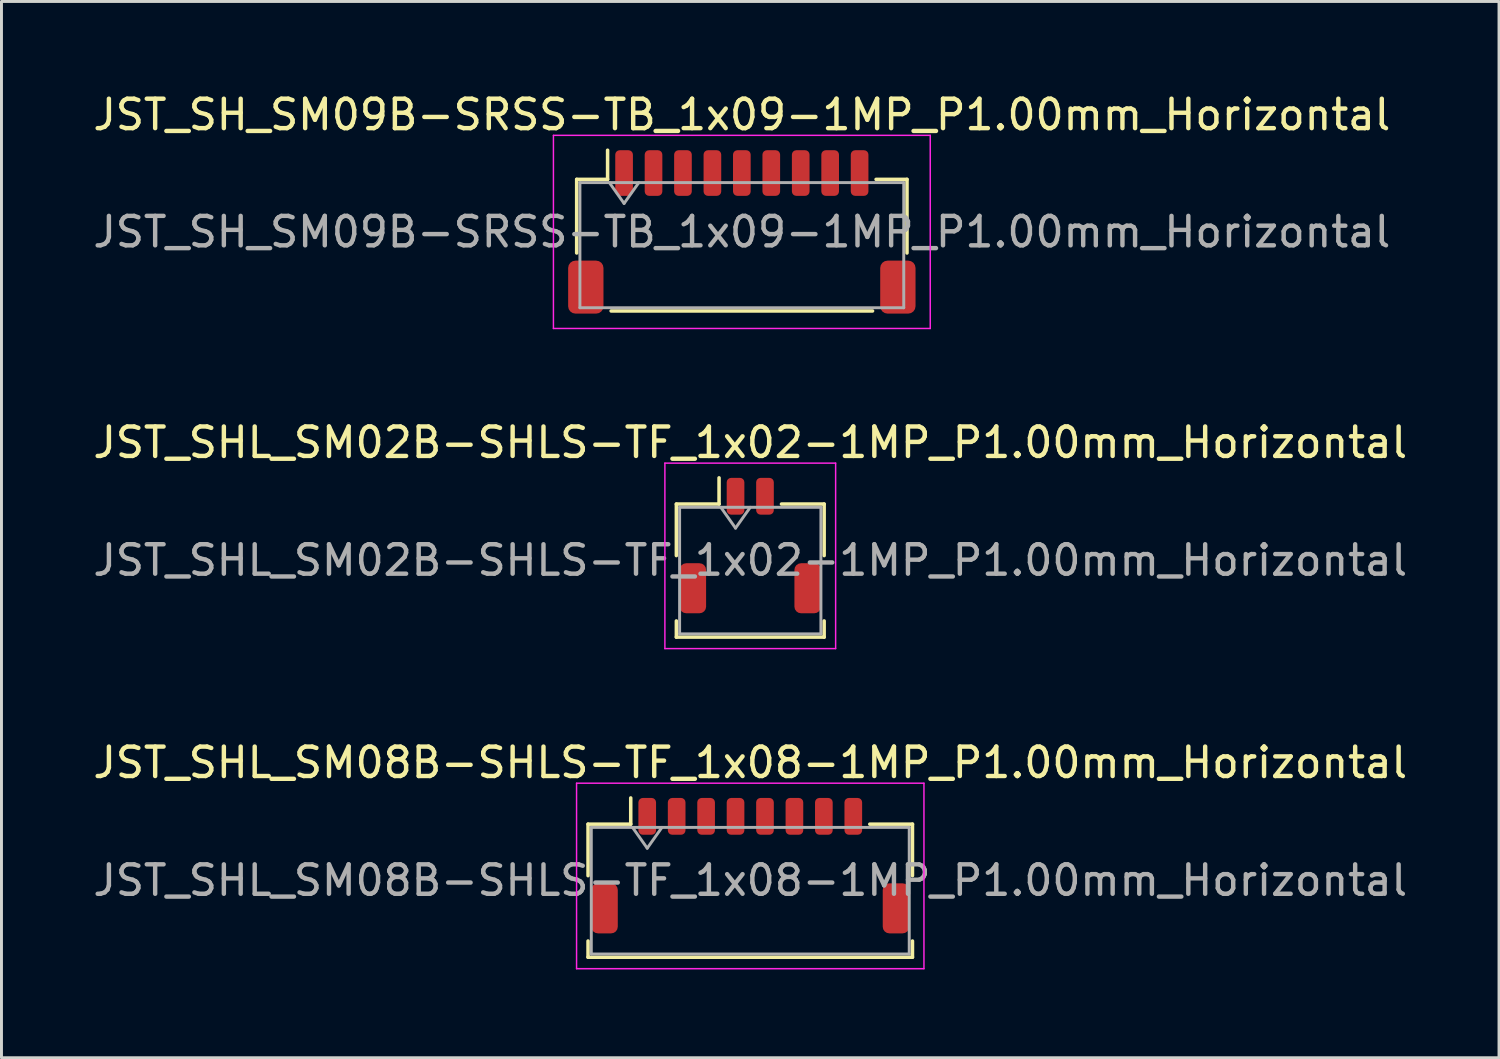
<source format=kicad_pcb>
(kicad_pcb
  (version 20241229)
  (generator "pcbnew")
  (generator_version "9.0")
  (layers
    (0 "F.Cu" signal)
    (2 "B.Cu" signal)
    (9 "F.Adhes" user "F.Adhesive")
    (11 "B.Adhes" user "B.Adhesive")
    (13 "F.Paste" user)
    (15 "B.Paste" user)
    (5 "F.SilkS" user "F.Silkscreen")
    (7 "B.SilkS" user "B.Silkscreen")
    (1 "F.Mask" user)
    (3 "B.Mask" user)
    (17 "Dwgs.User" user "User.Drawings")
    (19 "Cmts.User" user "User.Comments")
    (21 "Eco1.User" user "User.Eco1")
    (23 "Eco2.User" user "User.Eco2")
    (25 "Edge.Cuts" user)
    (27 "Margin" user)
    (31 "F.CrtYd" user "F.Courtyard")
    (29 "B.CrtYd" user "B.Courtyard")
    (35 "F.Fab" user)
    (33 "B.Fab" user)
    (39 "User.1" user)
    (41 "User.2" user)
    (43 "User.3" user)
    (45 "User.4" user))
  (footprint "JST_SHL_SM02B-SHLS-TF_1x02-1MP_P1.00mm_Horizontal"
    (layer "F.Cu")
    (at 22.435 15.482)
    (property "Reference" "JST_SHL_SM02B-SHLS-TF_1x02-1MP_P1.00mm_Horizontal" (at 0 -3.5 0) (layer "F.SilkS") (effects (font (size 1 1) (thickness 0.15))))
    (attr smd)
    (fp_line (start -2.51 -1.41) (end -1.06 -1.41) (stroke (width 0.12) (type solid)) (layer "F.SilkS"))
    (fp_line (start -2.51 0.34) (end -2.51 -1.41) (stroke (width 0.12) (type solid)) (layer "F.SilkS"))
    (fp_line (start -2.51 2.56) (end -2.51 3.11) (stroke (width 0.12) (type solid)) (layer "F.SilkS"))
    (fp_line (start -2.51 3.11) (end 2.51 3.11) (stroke (width 0.12) (type solid)) (layer "F.SilkS"))
    (fp_line (start -1.06 -1.41) (end -1.06 -2.3) (stroke (width 0.12) (type solid)) (layer "F.SilkS"))
    (fp_line (start 2.51 -1.41) (end 1.06 -1.41) (stroke (width 0.12) (type solid)) (layer "F.SilkS"))
    (fp_line (start 2.51 0.34) (end 2.51 -1.41) (stroke (width 0.12) (type solid)) (layer "F.SilkS"))
    (fp_line (start 2.51 3.11) (end 2.51 2.56) (stroke (width 0.12) (type solid)) (layer "F.SilkS"))
    (fp_line (start -2.9 -2.8) (end -2.9 3.5) (stroke (width 0.05) (type solid)) (layer "F.CrtYd"))
    (fp_line (start -2.9 3.5) (end 2.9 3.5) (stroke (width 0.05) (type solid)) (layer "F.CrtYd"))
    (fp_line (start 2.9 -2.8) (end -2.9 -2.8) (stroke (width 0.05) (type solid)) (layer "F.CrtYd"))
    (fp_line (start 2.9 3.5) (end 2.9 -2.8) (stroke (width 0.05) (type solid)) (layer "F.CrtYd"))
    (fp_line (start -2.4 -1.3) (end -2.4 3) (stroke (width 0.1) (type solid)) (layer "F.Fab"))
    (fp_line (start -2.4 -1.3) (end 2.4 -1.3) (stroke (width 0.1) (type solid)) (layer "F.Fab"))
    (fp_line (start -2.4 3) (end 2.4 3) (stroke (width 0.1) (type solid)) (layer "F.Fab"))
    (fp_line (start -1 -1.3) (end -0.5 -0.593) (stroke (width 0.1) (type solid)) (layer "F.Fab"))
    (fp_line (start -0.5 -0.593) (end 0 -1.3) (stroke (width 0.1) (type solid)) (layer "F.Fab"))
    (fp_line (start 2.4 -1.3) (end 2.4 3) (stroke (width 0.1) (type solid)) (layer "F.Fab"))
    (fp_text user "${REFERENCE}" (at 0 0.5 0) (layer "F.Fab") (effects (font (size 1 1) (thickness 0.15))))
    (pad "1" smd roundrect (at -0.5 -1.675) (size 0.6 1.25) (layers "F.Cu" "F.Mask" "F.Paste") (roundrect_rratio 0.25))
    (pad "2" smd roundrect (at 0.5 -1.675) (size 0.6 1.25) (layers "F.Cu" "F.Mask" "F.Paste") (roundrect_rratio 0.25))
    (pad "MP" smd roundrect (at -1.95 1.45) (size 0.9 1.7) (layers "F.Cu" "F.Mask" "F.Paste") (roundrect_rratio 0.25))
    (pad "MP" smd roundrect (at 1.95 1.45) (size 0.9 1.7) (layers "F.Cu" "F.Mask" "F.Paste") (roundrect_rratio 0.25)))
  (footprint "JST_SHL_SM08B-SHLS-TF_1x08-1MP_P1.00mm_Horizontal"
    (layer "F.Cu")
    (at 22.435 26.355)
    (property "Reference" "JST_SHL_SM08B-SHLS-TF_1x08-1MP_P1.00mm_Horizontal" (at 0 -3.5 0) (layer "F.SilkS") (effects (font (size 1 1) (thickness 0.15))))
    (attr smd)
    (fp_line (start -5.51 -1.41) (end -4.06 -1.41) (stroke (width 0.12) (type solid)) (layer "F.SilkS"))
    (fp_line (start -5.51 0.34) (end -5.51 -1.41) (stroke (width 0.12) (type solid)) (layer "F.SilkS"))
    (fp_line (start -5.51 2.56) (end -5.51 3.11) (stroke (width 0.12) (type solid)) (layer "F.SilkS"))
    (fp_line (start -5.51 3.11) (end 5.51 3.11) (stroke (width 0.12) (type solid)) (layer "F.SilkS"))
    (fp_line (start -4.06 -1.41) (end -4.06 -2.3) (stroke (width 0.12) (type solid)) (layer "F.SilkS"))
    (fp_line (start 5.51 -1.41) (end 4.06 -1.41) (stroke (width 0.12) (type solid)) (layer "F.SilkS"))
    (fp_line (start 5.51 0.34) (end 5.51 -1.41) (stroke (width 0.12) (type solid)) (layer "F.SilkS"))
    (fp_line (start 5.51 3.11) (end 5.51 2.56) (stroke (width 0.12) (type solid)) (layer "F.SilkS"))
    (fp_line (start -5.9 -2.8) (end -5.9 3.5) (stroke (width 0.05) (type solid)) (layer "F.CrtYd"))
    (fp_line (start -5.9 3.5) (end 5.9 3.5) (stroke (width 0.05) (type solid)) (layer "F.CrtYd"))
    (fp_line (start 5.9 -2.8) (end -5.9 -2.8) (stroke (width 0.05) (type solid)) (layer "F.CrtYd"))
    (fp_line (start 5.9 3.5) (end 5.9 -2.8) (stroke (width 0.05) (type solid)) (layer "F.CrtYd"))
    (fp_line (start -5.4 -1.3) (end -5.4 3) (stroke (width 0.1) (type solid)) (layer "F.Fab"))
    (fp_line (start -5.4 -1.3) (end 5.4 -1.3) (stroke (width 0.1) (type solid)) (layer "F.Fab"))
    (fp_line (start -5.4 3) (end 5.4 3) (stroke (width 0.1) (type solid)) (layer "F.Fab"))
    (fp_line (start -4 -1.3) (end -3.5 -0.593) (stroke (width 0.1) (type solid)) (layer "F.Fab"))
    (fp_line (start -3.5 -0.593) (end -3 -1.3) (stroke (width 0.1) (type solid)) (layer "F.Fab"))
    (fp_line (start 5.4 -1.3) (end 5.4 3) (stroke (width 0.1) (type solid)) (layer "F.Fab"))
    (fp_text user "${REFERENCE}" (at 0 0.5 0) (layer "F.Fab") (effects (font (size 1 1) (thickness 0.15))))
    (pad "1" smd roundrect (at -3.5 -1.675) (size 0.6 1.25) (layers "F.Cu" "F.Mask" "F.Paste") (roundrect_rratio 0.25))
    (pad "2" smd roundrect (at -2.5 -1.675) (size 0.6 1.25) (layers "F.Cu" "F.Mask" "F.Paste") (roundrect_rratio 0.25))
    (pad "3" smd roundrect (at -1.5 -1.675) (size 0.6 1.25) (layers "F.Cu" "F.Mask" "F.Paste") (roundrect_rratio 0.25))
    (pad "4" smd roundrect (at -0.5 -1.675) (size 0.6 1.25) (layers "F.Cu" "F.Mask" "F.Paste") (roundrect_rratio 0.25))
    (pad "5" smd roundrect (at 0.5 -1.675) (size 0.6 1.25) (layers "F.Cu" "F.Mask" "F.Paste") (roundrect_rratio 0.25))
    (pad "6" smd roundrect (at 1.5 -1.675) (size 0.6 1.25) (layers "F.Cu" "F.Mask" "F.Paste") (roundrect_rratio 0.25))
    (pad "7" smd roundrect (at 2.5 -1.675) (size 0.6 1.25) (layers "F.Cu" "F.Mask" "F.Paste") (roundrect_rratio 0.25))
    (pad "8" smd roundrect (at 3.5 -1.675) (size 0.6 1.25) (layers "F.Cu" "F.Mask" "F.Paste") (roundrect_rratio 0.25))
    (pad "MP" smd roundrect (at -4.95 1.45) (size 0.9 1.7) (layers "F.Cu" "F.Mask" "F.Paste") (roundrect_rratio 0.25))
    (pad "MP" smd roundrect (at 4.95 1.45) (size 0.9 1.7) (layers "F.Cu" "F.Mask" "F.Paste") (roundrect_rratio 0.25)))
  (footprint "JST_SH_SM09B-SRSS-TB_1x09-1MP_P1.00mm_Horizontal"
    (layer "F.Cu")
    (at 22.149 4.828)
    (property "Reference" "JST_SH_SM09B-SRSS-TB_1x09-1MP_P1.00mm_Horizontal" (at 0 -3.98 0) (layer "F.SilkS") (effects (font (size 1 1) (thickness 0.15))))
    (attr smd)
    (fp_line (start -5.61 -1.785) (end -4.56 -1.785) (stroke (width 0.12) (type solid)) (layer "F.SilkS"))
    (fp_line (start -5.61 0.715) (end -5.61 -1.785) (stroke (width 0.12) (type solid)) (layer "F.SilkS"))
    (fp_line (start -4.56 -1.785) (end -4.56 -2.775) (stroke (width 0.12) (type solid)) (layer "F.SilkS"))
    (fp_line (start -4.44 2.685) (end 4.44 2.685) (stroke (width 0.12) (type solid)) (layer "F.SilkS"))
    (fp_line (start 5.61 -1.785) (end 4.56 -1.785) (stroke (width 0.12) (type solid)) (layer "F.SilkS"))
    (fp_line (start 5.61 0.715) (end 5.61 -1.785) (stroke (width 0.12) (type solid)) (layer "F.SilkS"))
    (fp_line (start -6.4 -3.28) (end -6.4 3.28) (stroke (width 0.05) (type solid)) (layer "F.CrtYd"))
    (fp_line (start -6.4 3.28) (end 6.4 3.28) (stroke (width 0.05) (type solid)) (layer "F.CrtYd"))
    (fp_line (start 6.4 -3.28) (end -6.4 -3.28) (stroke (width 0.05) (type solid)) (layer "F.CrtYd"))
    (fp_line (start 6.4 3.28) (end 6.4 -3.28) (stroke (width 0.05) (type solid)) (layer "F.CrtYd"))
    (fp_line (start -5.5 -1.675) (end -5.5 2.575) (stroke (width 0.1) (type solid)) (layer "F.Fab"))
    (fp_line (start -5.5 -1.675) (end 5.5 -1.675) (stroke (width 0.1) (type solid)) (layer "F.Fab"))
    (fp_line (start -5.5 2.575) (end 5.5 2.575) (stroke (width 0.1) (type solid)) (layer "F.Fab"))
    (fp_line (start -4.5 -1.675) (end -4 -0.968) (stroke (width 0.1) (type solid)) (layer "F.Fab"))
    (fp_line (start -4 -0.968) (end -3.5 -1.675) (stroke (width 0.1) (type solid)) (layer "F.Fab"))
    (fp_line (start 5.5 -1.675) (end 5.5 2.575) (stroke (width 0.1) (type solid)) (layer "F.Fab"))
    (fp_text user "${REFERENCE}" (at 0 0 0) (layer "F.Fab") (effects (font (size 1 1) (thickness 0.15))))
    (pad "1" smd roundrect (at -4 -2) (size 0.6 1.55) (layers "F.Cu" "F.Mask" "F.Paste") (roundrect_rratio 0.25))
    (pad "2" smd roundrect (at -3 -2) (size 0.6 1.55) (layers "F.Cu" "F.Mask" "F.Paste") (roundrect_rratio 0.25))
    (pad "3" smd roundrect (at -2 -2) (size 0.6 1.55) (layers "F.Cu" "F.Mask" "F.Paste") (roundrect_rratio 0.25))
    (pad "4" smd roundrect (at -1 -2) (size 0.6 1.55) (layers "F.Cu" "F.Mask" "F.Paste") (roundrect_rratio 0.25))
    (pad "5" smd roundrect (at 0 -2) (size 0.6 1.55) (layers "F.Cu" "F.Mask" "F.Paste") (roundrect_rratio 0.25))
    (pad "6" smd roundrect (at 1 -2) (size 0.6 1.55) (layers "F.Cu" "F.Mask" "F.Paste") (roundrect_rratio 0.25))
    (pad "7" smd roundrect (at 2 -2) (size 0.6 1.55) (layers "F.Cu" "F.Mask" "F.Paste") (roundrect_rratio 0.25))
    (pad "8" smd roundrect (at 3 -2) (size 0.6 1.55) (layers "F.Cu" "F.Mask" "F.Paste") (roundrect_rratio 0.25))
    (pad "9" smd roundrect (at 4 -2) (size 0.6 1.55) (layers "F.Cu" "F.Mask" "F.Paste") (roundrect_rratio 0.25))
    (pad "MP" smd roundrect (at -5.3 1.875) (size 1.2 1.8) (layers "F.Cu" "F.Mask" "F.Paste") (roundrect_rratio 0.208))
    (pad "MP" smd roundrect (at 5.3 1.875) (size 1.2 1.8) (layers "F.Cu" "F.Mask" "F.Paste") (roundrect_rratio 0.208)))
  (gr_rect
    (start -3 -3)
    (end 47.869 32.88)
    (stroke (width 0.1) (type default))
    (fill no)
    (layer "Edge.Cuts")))
</source>
